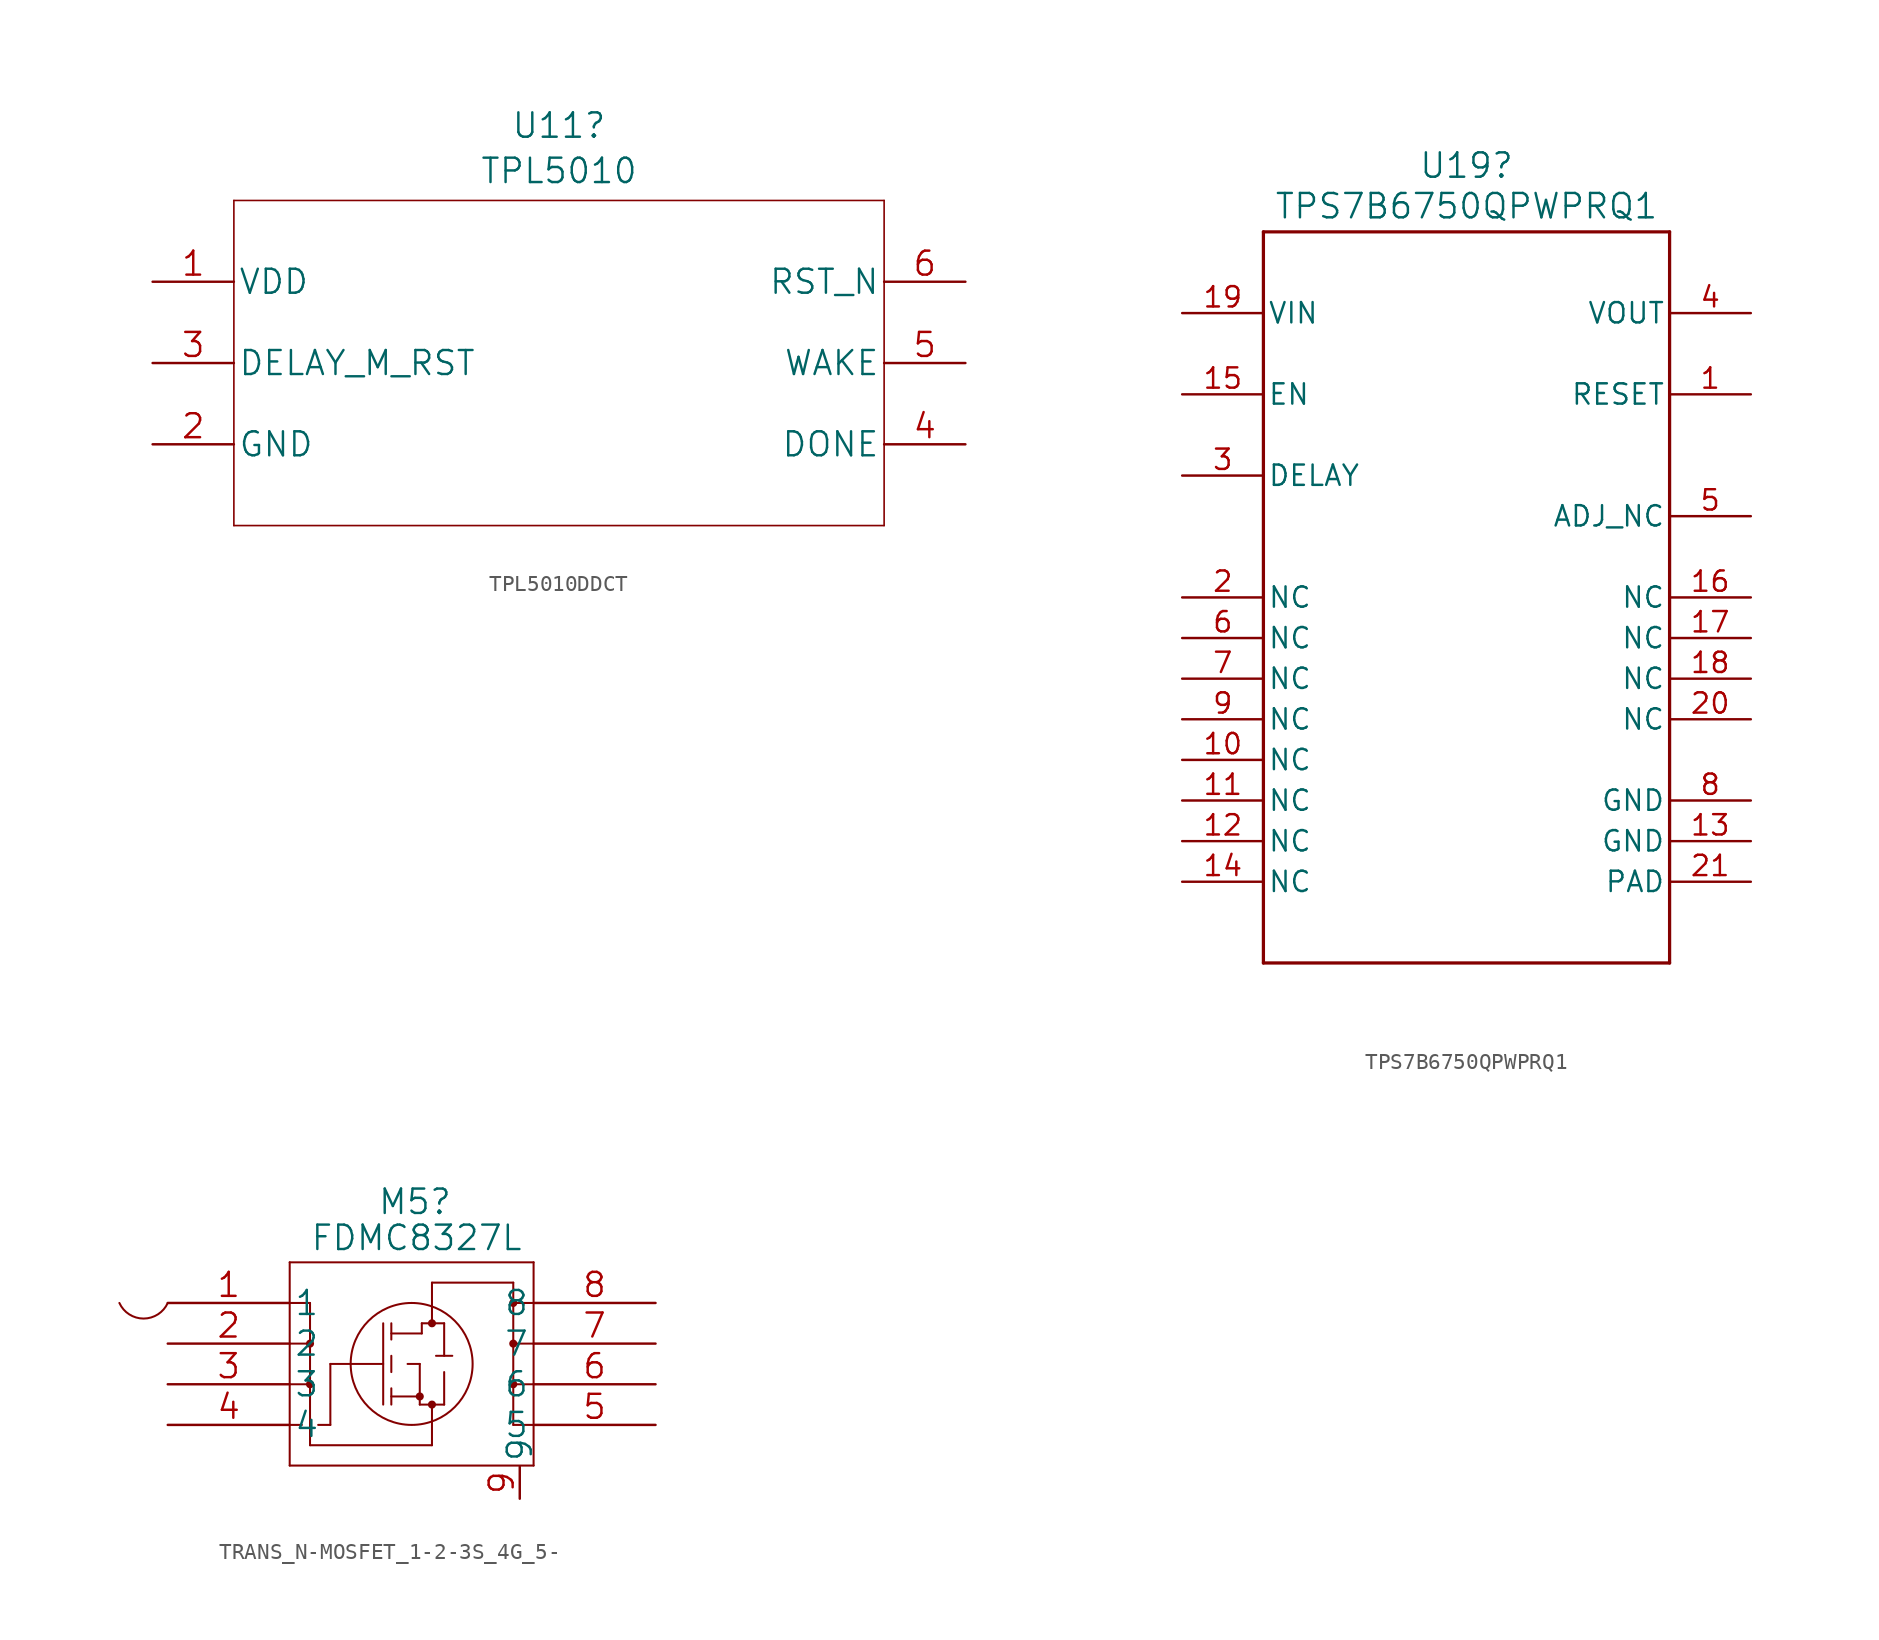
<source format=kicad_sym>
(kicad_symbol_lib
  (version 20231120)
  (generator "kicad_symbol_editor")
  (generator_version "8.0")
  (symbol "TPL5010DDCT"
    (pin_names
      (offset 0.254))
    (property "Reference" "U11"
      (at 0 14.841 0)
      (effects (font (size 1.524 1.524))))
    (property "Value" "TPL5010"
      (at 0 12.008 0)
      (effects (font (size 1.524 1.524))))
    (property "Datasheet" ""
      (at 0 0 0)
      (effects (font (size 1.524 1.524))))
    (property "ki_locked" ""
      (at 0 0 0)
      (effects (font (size 1.27 1.27))))
    (symbol "TPL5010DDCT_1_1"
      (polyline (pts (xy -20.32 -10.16) (xy 20.32 -10.16)) (stroke (width 0.102) (type default)) (fill (type none)))
      (polyline (pts (xy -20.32 10.16) (xy -20.32 -10.16)) (stroke (width 0.102) (type default)) (fill (type none)))
      (polyline (pts (xy 20.32 -10.16) (xy 20.32 10.16)) (stroke (width 0.102) (type default)) (fill (type none)))
      (polyline (pts (xy 20.32 10.16) (xy -20.32 10.16)) (stroke (width 0.102) (type default)) (fill (type none)))
      (pin power_in line (at -25.4 5.08 0) (length 5.08) (name "VDD" (effects (font (size 1.499 1.499)))) (number "1" (effects (font (size 1.499 1.499)))))
      (pin bidirectional line (at -25.4 -5.08 0) (length 5.08) (name "GND" (effects (font (size 1.499 1.499)))) (number "2" (effects (font (size 1.499 1.499)))))
      (pin input line (at -25.4 0 0) (length 5.08) (name "DELAY_M_RST" (effects (font (size 1.499 1.499)))) (number "3" (effects (font (size 1.499 1.499)))))
      (pin input line (at 25.4 -5.08 180) (length 5.08) (name "DONE" (effects (font (size 1.499 1.499)))) (number "4" (effects (font (size 1.499 1.499)))))
      (pin output line (at 25.4 0 180) (length 5.08) (name "WAKE" (effects (font (size 1.499 1.499)))) (number "5" (effects (font (size 1.499 1.499)))))
      (pin output line (at 25.4 5.08 180) (length 5.08) (name "RST_N" (effects (font (size 1.499 1.499)))) (number "6" (effects (font (size 1.499 1.499)))))))
  (symbol "TPS7B6750QPWPRQ1"
    (pin_names
      (offset 0.254))
    (property "Reference" "U19"
      (at 0 27.007 0)
      (effects (font (size 1.524 1.524))))
    (property "Value" "TPS7B6750QPWPRQ1"
      (at 0 24.467 0)
      (effects (font (size 1.524 1.524))))
    (property "ki_locked" ""
      (at 0 0 0)
      (effects (font (size 1.27 1.27))))
    (symbol "TPS7B6750QPWPRQ1_0_1"
      (polyline (pts (xy -12.7 -22.86) (xy 12.7 -22.86)) (stroke (width 0.203) (type default)) (fill (type none)))
      (polyline (pts (xy -12.7 22.86) (xy -12.7 -22.86)) (stroke (width 0.203) (type default)) (fill (type none)))
      (polyline (pts (xy 12.7 -22.86) (xy 12.7 22.86)) (stroke (width 0.203) (type default)) (fill (type none)))
      (polyline (pts (xy 12.7 22.86) (xy -12.7 22.86)) (stroke (width 0.203) (type default)) (fill (type none)))
      (pin output line (at 17.78 12.7 180) (length 5.08) (name "RESET" (effects (font (size 1.27 1.27)))) (number "1" (effects (font (size 1.27 1.27)))))
      (pin unspecified line (at -17.78 -10.16 0) (length 5.08) (name "NC" (effects (font (size 1.27 1.27)))) (number "10" (effects (font (size 1.27 1.27)))))
      (pin unspecified line (at -17.78 -12.7 0) (length 5.08) (name "NC" (effects (font (size 1.27 1.27)))) (number "11" (effects (font (size 1.27 1.27)))))
      (pin unspecified line (at -17.78 -15.24 0) (length 5.08) (name "NC" (effects (font (size 1.27 1.27)))) (number "12" (effects (font (size 1.27 1.27)))))
      (pin unspecified line (at -17.78 -17.78 0) (length 5.08) (name "NC" (effects (font (size 1.27 1.27)))) (number "14" (effects (font (size 1.27 1.27)))))
      (pin input line (at -17.78 12.7 0) (length 5.08) (name "EN" (effects (font (size 1.27 1.27)))) (number "15" (effects (font (size 1.27 1.27)))))
      (pin unspecified line (at 17.78 0 180) (length 5.08) (name "NC" (effects (font (size 1.27 1.27)))) (number "16" (effects (font (size 1.27 1.27)))))
      (pin unspecified line (at 17.78 -2.54 180) (length 5.08) (name "NC" (effects (font (size 1.27 1.27)))) (number "17" (effects (font (size 1.27 1.27)))))
      (pin unspecified line (at 17.78 -5.08 180) (length 5.08) (name "NC" (effects (font (size 1.27 1.27)))) (number "18" (effects (font (size 1.27 1.27)))))
      (pin unspecified line (at -17.78 0 0) (length 5.08) (name "NC" (effects (font (size 1.27 1.27)))) (number "2" (effects (font (size 1.27 1.27)))))
      (pin unspecified line (at 17.78 -7.62 180) (length 5.08) (name "NC" (effects (font (size 1.27 1.27)))) (number "20" (effects (font (size 1.27 1.27)))))
      (pin output line (at -17.78 7.62 0) (length 5.08) (name "DELAY" (effects (font (size 1.27 1.27)))) (number "3" (effects (font (size 1.27 1.27)))))
      (pin input line (at 17.78 5.08 180) (length 5.08) (name "ADJ_NC" (effects (font (size 1.27 1.27)))) (number "5" (effects (font (size 1.27 1.27)))))
      (pin unspecified line (at -17.78 -2.54 0) (length 5.08) (name "NC" (effects (font (size 1.27 1.27)))) (number "6" (effects (font (size 1.27 1.27)))))
      (pin unspecified line (at -17.78 -5.08 0) (length 5.08) (name "NC" (effects (font (size 1.27 1.27)))) (number "7" (effects (font (size 1.27 1.27)))))
      (pin unspecified line (at -17.78 -7.62 0) (length 5.08) (name "NC" (effects (font (size 1.27 1.27)))) (number "9" (effects (font (size 1.27 1.27))))))
    (symbol "TPS7B6750QPWPRQ1_1_1"
      (pin bidirectional line (at 17.78 -15.24 180) (length 5.08) (name "GND" (effects (font (size 1.27 1.27)))) (number "13" (effects (font (size 1.27 1.27)))))
      (pin bidirectional line (at -17.78 17.78 0) (length 5.08) (name "VIN" (effects (font (size 1.27 1.27)))) (number "19" (effects (font (size 1.27 1.27)))))
      (pin bidirectional line (at 17.78 -17.78 180) (length 5.08) (name "PAD" (effects (font (size 1.27 1.27)))) (number "21" (effects (font (size 1.27 1.27)))))
      (pin bidirectional line (at 17.78 17.78 180) (length 5.08) (name "VOUT" (effects (font (size 1.27 1.27)))) (number "4" (effects (font (size 1.27 1.27)))))
      (pin bidirectional line (at 17.78 -12.7 180) (length 5.08) (name "GND" (effects (font (size 1.27 1.27)))) (number "8" (effects (font (size 1.27 1.27)))))))
  (symbol "TRANS_N-MOSFET_1-2-3S_4G_5-"
    (pin_names
      (offset 0.254))
    (property "Reference" "M5"
      (at 15.445 6.322 0)
      (effects (font (size 1.524 1.524))))
    (property "Value" "FDMC8327L"
      (at 15.552 4.069 0)
      (effects (font (size 1.524 1.524))))
    (property "Datasheet" ""
      (at 0 0 0)
      (effects (font (size 1.524 1.524))))
    (symbol "TRANS_N-MOSFET_1-2-3S_4G_5-_1_1"
      (arc (start -3.0226 0) (mid -1.5113 -0.975) (end 0 0) (stroke (width 0.127) (type default)) (fill (type none)))
      (polyline (pts (xy 7.62 -10.16) (xy 22.86 -10.16)) (stroke (width 0.127) (type default)) (fill (type none)))
      (polyline (pts (xy 7.62 -7.62) (xy 8.382 -7.62)) (stroke (width 0.127) (type default)) (fill (type none)))
      (polyline (pts (xy 7.62 -5.08) (xy 8.89 -5.08)) (stroke (width 0.127) (type default)) (fill (type none)))
      (polyline (pts (xy 7.62 -2.54) (xy 8.89 -2.54)) (stroke (width 0.127) (type default)) (fill (type none)))
      (polyline (pts (xy 7.62 0) (xy 8.89 0)) (stroke (width 0.127) (type default)) (fill (type none)))
      (polyline (pts (xy 7.62 2.54) (xy 7.62 -10.16)) (stroke (width 0.127) (type default)) (fill (type none)))
      (polyline (pts (xy 8.89 -8.89) (xy 16.51 -8.89)) (stroke (width 0.127) (type default)) (fill (type none)))
      (polyline (pts (xy 8.89 0) (xy 8.89 -8.89)) (stroke (width 0.127) (type default)) (fill (type none)))
      (polyline (pts (xy 10.16 -7.62) (xy 9.398 -7.62)) (stroke (width 0.127) (type default)) (fill (type none)))
      (polyline (pts (xy 10.16 -3.81) (xy 10.16 -7.62)) (stroke (width 0.127) (type default)) (fill (type none)))
      (polyline (pts (xy 10.16 -3.81) (xy 13.462 -3.81)) (stroke (width 0.127) (type default)) (fill (type none)))
      (polyline (pts (xy 13.462 -6.35) (xy 13.462 -1.27)) (stroke (width 0.127) (type default)) (fill (type none)))
      (polyline (pts (xy 13.97 -6.35) (xy 13.97 -5.334)) (stroke (width 0.127) (type default)) (fill (type none)))
      (polyline (pts (xy 13.97 -5.842) (xy 15.748 -5.842)) (stroke (width 0.127) (type default)) (fill (type none)))
      (polyline (pts (xy 13.97 -4.318) (xy 13.97 -3.302)) (stroke (width 0.127) (type default)) (fill (type none)))
      (polyline (pts (xy 13.97 -2.286) (xy 13.97 -1.27)) (stroke (width 0.127) (type default)) (fill (type none)))
      (polyline (pts (xy 13.97 -1.905) (xy 15.875 -1.905)) (stroke (width 0.127) (type default)) (fill (type none)))
      (polyline (pts (xy 14.986 -3.81) (xy 15.748 -3.81)) (stroke (width 0.127) (type default)) (fill (type none)))
      (polyline (pts (xy 15.748 -6.35) (xy 15.748 -3.81)) (stroke (width 0.127) (type default)) (fill (type none)))
      (polyline (pts (xy 15.748 -6.35) (xy 17.272 -6.35)) (stroke (width 0.127) (type default)) (fill (type none)))
      (polyline (pts (xy 15.875 -1.905) (xy 15.875 -1.27)) (stroke (width 0.127) (type default)) (fill (type none)))
      (polyline (pts (xy 15.875 -1.27) (xy 17.272 -1.27)) (stroke (width 0.127) (type default)) (fill (type none)))
      (polyline (pts (xy 16.51 -8.89) (xy 16.51 -6.35)) (stroke (width 0.127) (type default)) (fill (type none)))
      (polyline (pts (xy 16.51 1.27) (xy 16.51 -1.27)) (stroke (width 0.127) (type default)) (fill (type none)))
      (polyline (pts (xy 17.272 -6.35) (xy 17.272 -4.318)) (stroke (width 0.127) (type default)) (fill (type none)))
      (polyline (pts (xy 17.272 -3.302) (xy 17.272 -1.27)) (stroke (width 0.127) (type default)) (fill (type none)))
      (polyline (pts (xy 17.78 -3.302) (xy 16.764 -3.302)) (stroke (width 0.127) (type default)) (fill (type none)))
      (polyline (pts (xy 21.59 -7.62) (xy 21.59 1.27)) (stroke (width 0.127) (type default)) (fill (type none)))
      (polyline (pts (xy 21.59 1.27) (xy 16.51 1.27)) (stroke (width 0.127) (type default)) (fill (type none)))
      (polyline (pts (xy 22.86 -10.16) (xy 22.86 2.54)) (stroke (width 0.127) (type default)) (fill (type none)))
      (polyline (pts (xy 22.86 -7.62) (xy 21.59 -7.62)) (stroke (width 0.127) (type default)) (fill (type none)))
      (polyline (pts (xy 22.86 -5.08) (xy 21.59 -5.08)) (stroke (width 0.127) (type default)) (fill (type none)))
      (polyline (pts (xy 22.86 -2.54) (xy 21.59 -2.54)) (stroke (width 0.127) (type default)) (fill (type none)))
      (polyline (pts (xy 22.86 0) (xy 21.59 0)) (stroke (width 0.127) (type default)) (fill (type none)))
      (polyline (pts (xy 22.86 2.54) (xy 7.62 2.54)) (stroke (width 0.127) (type default)) (fill (type none)))
      (circle (center 8.89 -5.08) (radius 0.127) (stroke (width 0.254) (type default)) (fill (type none)))
      (circle (center 8.89 -2.54) (radius 0.127) (stroke (width 0.254) (type default)) (fill (type none)))
      (circle (center 15.24 -3.81) (radius 3.81) (stroke (width 0.127) (type default)) (fill (type none)))
      (circle (center 15.748 -5.842) (radius 0.127) (stroke (width 0.254) (type default)) (fill (type none)))
      (circle (center 16.51 -6.35) (radius 0.127) (stroke (width 0.254) (type default)) (fill (type none)))
      (circle (center 16.51 -1.27) (radius 0.127) (stroke (width 0.254) (type default)) (fill (type none)))
      (circle (center 21.59 -5.08) (radius 0.127) (stroke (width 0.254) (type default)) (fill (type none)))
      (circle (center 21.59 -2.54) (radius 0.127) (stroke (width 0.254) (type default)) (fill (type none)))
      (circle (center 21.59 0) (radius 0.127) (stroke (width 0.254) (type default)) (fill (type none)))
      (pin unspecified line (at 0 0 0) (length 7.62) (name "1" (effects (font (size 1.499 1.499)))) (number "1" (effects (font (size 1.499 1.499)))))
      (pin unspecified line (at 0 -2.54 0) (length 7.62) (name "2" (effects (font (size 1.499 1.499)))) (number "2" (effects (font (size 1.499 1.499)))))
      (pin unspecified line (at 0 -5.08 0) (length 7.62) (name "3" (effects (font (size 1.499 1.499)))) (number "3" (effects (font (size 1.499 1.499)))))
      (pin unspecified line (at 0 -7.62 0) (length 7.62) (name "4" (effects (font (size 1.499 1.499)))) (number "4" (effects (font (size 1.499 1.499)))))
      (pin unspecified line (at 30.48 -7.62 180) (length 7.62) (name "5" (effects (font (size 1.499 1.499)))) (number "5" (effects (font (size 1.499 1.499)))))
      (pin unspecified line (at 30.48 -5.08 180) (length 7.62) (name "6" (effects (font (size 1.499 1.499)))) (number "6" (effects (font (size 1.499 1.499)))))
      (pin unspecified line (at 30.48 -2.54 180) (length 7.62) (name "7" (effects (font (size 1.499 1.499)))) (number "7" (effects (font (size 1.499 1.499)))))
      (pin unspecified line (at 30.48 0 180) (length 7.62) (name "8" (effects (font (size 1.499 1.499)))) (number "8" (effects (font (size 1.499 1.499)))))
      (pin unspecified line (at 21.996 -12.231 90) (length 2) (name "9" (effects (font (size 1.499 1.499)))) (number "9" (effects (font (size 1.499 1.499))))))))
</source>
